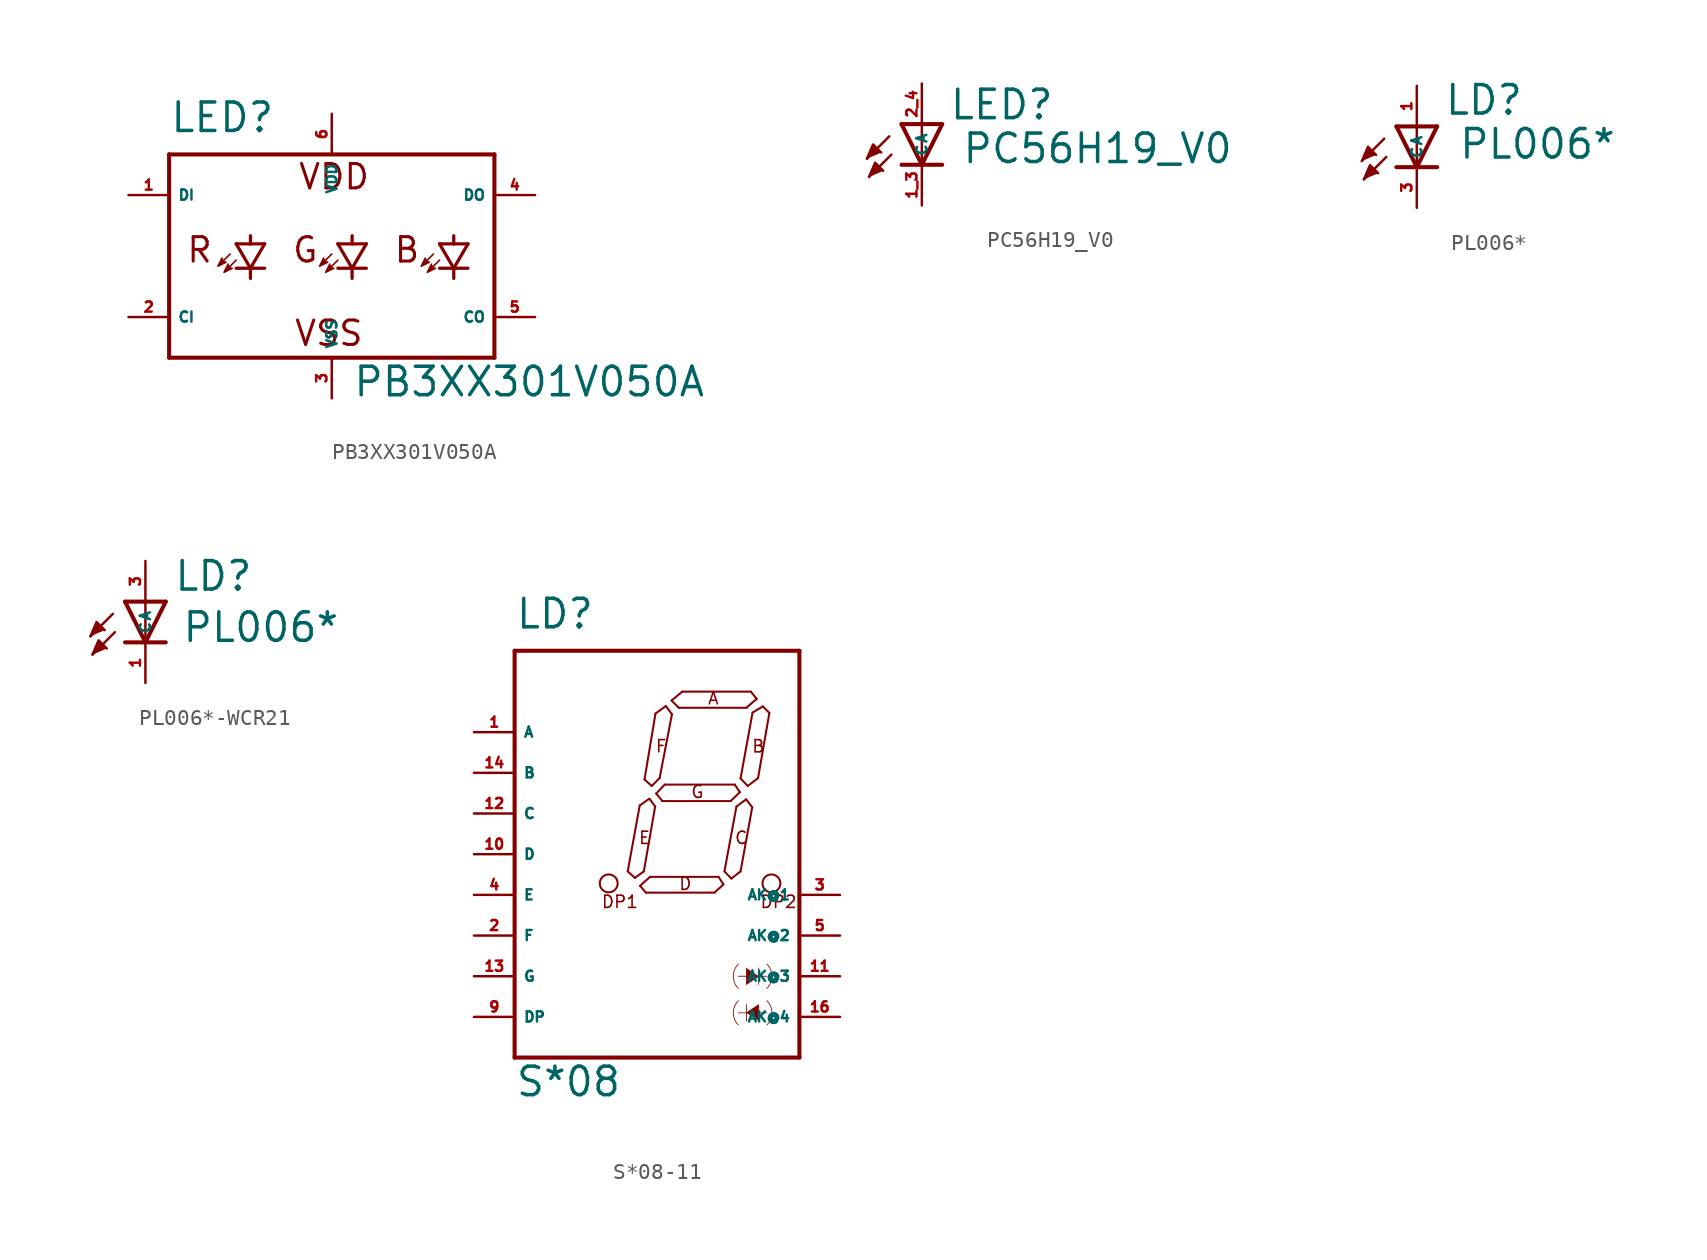
<source format=kicad_sym>
(kicad_symbol_lib
  (version 20220914)
  (generator kicad_symbol_editor)
  (symbol "PB3XX301V050A"
    (property "Reference" "LED"
      (at -10.16 6.35 0)
      (effects (font (size 1.778 1.778) (thickness 0.22)) (justify left bottom)))
    (property "Value" "PB3XX301V050A"
      (at 1.27 -10.16 0)
      (effects (font (size 1.778 1.778) (thickness 0.22)) (justify left bottom)))
    (symbol "PB3XX301V050A_1_1"
      (polyline (pts (xy -10.16 -7.62) (xy -10.16 5.08)) (stroke (width 0.254) (type default)) (fill (type none)))
      (polyline (pts (xy -10.16 5.08) (xy 10.16 5.08)) (stroke (width 0.254) (type default)) (fill (type none)))
      (polyline (pts (xy -6.35 -1.143) (xy -6.731 -1.524)) (stroke (width 0.102) (type default)) (fill (type none)))
      (polyline (pts (xy -5.969 -1.524) (xy -6.35 -1.905)) (stroke (width 0.102) (type default)) (fill (type none)))
      (polyline (pts (xy -5.08 -2.032) (xy -5.969 -2.032)) (stroke (width 0.203) (type default)) (fill (type none)))
      (polyline (pts (xy -5.08 -2.032) (xy -5.969 -0.508)) (stroke (width 0.203) (type default)) (fill (type none)))
      (polyline (pts (xy -5.08 -2.032) (xy -5.08 -2.667)) (stroke (width 0.203) (type default)) (fill (type none)))
      (polyline (pts (xy -5.08 -0.508) (xy -5.969 -0.508)) (stroke (width 0.203) (type default)) (fill (type none)))
      (polyline (pts (xy -5.08 0) (xy -5.08 -0.508)) (stroke (width 0.203) (type default)) (fill (type none)))
      (polyline (pts (xy -4.191 -2.032) (xy -5.08 -2.032)) (stroke (width 0.203) (type default)) (fill (type none)))
      (polyline (pts (xy -4.191 -0.508) (xy -5.08 -2.032)) (stroke (width 0.203) (type default)) (fill (type none)))
      (polyline (pts (xy -4.191 -0.508) (xy -5.08 -0.508)) (stroke (width 0.203) (type default)) (fill (type none)))
      (polyline (pts (xy 0 -1.143) (xy -0.381 -1.524)) (stroke (width 0.102) (type default)) (fill (type none)))
      (polyline (pts (xy 0.381 -1.524) (xy 0 -1.905)) (stroke (width 0.102) (type default)) (fill (type none)))
      (polyline (pts (xy 1.27 -2.032) (xy 0.381 -2.032)) (stroke (width 0.203) (type default)) (fill (type none)))
      (polyline (pts (xy 1.27 -2.032) (xy 0.381 -0.508)) (stroke (width 0.203) (type default)) (fill (type none)))
      (polyline (pts (xy 1.27 -2.032) (xy 1.27 -2.667)) (stroke (width 0.203) (type default)) (fill (type none)))
      (polyline (pts (xy 1.27 -0.508) (xy 0.381 -0.508)) (stroke (width 0.203) (type default)) (fill (type none)))
      (polyline (pts (xy 1.27 0) (xy 1.27 -0.508)) (stroke (width 0.203) (type default)) (fill (type none)))
      (polyline (pts (xy 2.159 -2.032) (xy 1.27 -2.032)) (stroke (width 0.203) (type default)) (fill (type none)))
      (polyline (pts (xy 2.159 -0.508) (xy 1.27 -2.032)) (stroke (width 0.203) (type default)) (fill (type none)))
      (polyline (pts (xy 2.159 -0.508) (xy 1.27 -0.508)) (stroke (width 0.203) (type default)) (fill (type none)))
      (polyline (pts (xy 6.35 -1.143) (xy 5.969 -1.524)) (stroke (width 0.102) (type default)) (fill (type none)))
      (polyline (pts (xy 6.731 -1.524) (xy 6.35 -1.905)) (stroke (width 0.102) (type default)) (fill (type none)))
      (polyline (pts (xy 7.62 -2.032) (xy 6.731 -2.032)) (stroke (width 0.203) (type default)) (fill (type none)))
      (polyline (pts (xy 7.62 -2.032) (xy 6.731 -0.508)) (stroke (width 0.203) (type default)) (fill (type none)))
      (polyline (pts (xy 7.62 -2.032) (xy 7.62 -2.667)) (stroke (width 0.203) (type default)) (fill (type none)))
      (polyline (pts (xy 7.62 -0.508) (xy 6.731 -0.508)) (stroke (width 0.203) (type default)) (fill (type none)))
      (polyline (pts (xy 7.62 0) (xy 7.62 -0.508)) (stroke (width 0.203) (type default)) (fill (type none)))
      (polyline (pts (xy 8.509 -2.032) (xy 7.62 -2.032)) (stroke (width 0.203) (type default)) (fill (type none)))
      (polyline (pts (xy 8.509 -0.508) (xy 7.62 -2.032)) (stroke (width 0.203) (type default)) (fill (type none)))
      (polyline (pts (xy 8.509 -0.508) (xy 7.62 -0.508)) (stroke (width 0.203) (type default)) (fill (type none)))
      (polyline (pts (xy 10.16 -7.62) (xy -10.16 -7.62)) (stroke (width 0.254) (type default)) (fill (type none)))
      (polyline (pts (xy 10.16 5.08) (xy 10.16 -7.62)) (stroke (width 0.254) (type default)) (fill (type none)))
      (polyline (pts (xy -6.858 -1.397) (xy -7.112 -1.905) (xy -6.604 -1.651)) (stroke (width 0.102) (type default)) (fill (type outline)))
      (polyline (pts (xy -6.477 -1.778) (xy -6.731 -2.286) (xy -6.223 -2.032)) (stroke (width 0.102) (type default)) (fill (type outline)))
      (polyline (pts (xy -0.508 -1.397) (xy -0.762 -1.905) (xy -0.254 -1.651)) (stroke (width 0.102) (type default)) (fill (type outline)))
      (polyline (pts (xy -0.127 -1.778) (xy -0.381 -2.286) (xy 0.127 -2.032)) (stroke (width 0.102) (type default)) (fill (type outline)))
      (polyline (pts (xy 5.842 -1.397) (xy 5.588 -1.905) (xy 6.096 -1.651)) (stroke (width 0.102) (type default)) (fill (type outline)))
      (polyline (pts (xy 6.223 -1.778) (xy 5.969 -2.286) (xy 6.477 -2.032)) (stroke (width 0.102) (type default)) (fill (type outline)))
      (text "B" (at 3.81 -1.778 0) (effects (font (size 1.524 1.524) (thickness 0.19)) (justify left bottom)))
      (text "G" (at -2.54 -1.778 0) (effects (font (size 1.524 1.524) (thickness 0.19)) (justify left bottom)))
      (text "R" (at -9.144 -1.778 0) (effects (font (size 1.524 1.524) (thickness 0.19)) (justify left bottom)))
      (text "VDD" (at -2.159 2.794 0) (effects (font (size 1.524 1.524) (thickness 0.19)) (justify left bottom)))
      (text "VSS" (at -2.413 -6.985 0) (effects (font (size 1.524 1.524) (thickness 0.19)) (justify left bottom)))
      (pin input line (at -12.7 2.54 0) (length 2.54) (name "DI" (effects (font (size 0.635 0.635)))) (number "1" (effects (font (size 0.635 0.635)))))
      (pin input line (at -12.7 -5.08 0) (length 2.54) (name "CI" (effects (font (size 0.635 0.635)))) (number "2" (effects (font (size 0.635 0.635)))))
      (pin unspecified line (at 0 -10.16 90) (length 2.54) (name "VSS" (effects (font (size 0.635 0.635)))) (number "3" (effects (font (size 0.635 0.635)))))
      (pin output line (at 12.7 2.54 180) (length 2.54) (name "DO" (effects (font (size 0.635 0.635)))) (number "4" (effects (font (size 0.635 0.635)))))
      (pin output line (at 12.7 -5.08 180) (length 2.54) (name "CO" (effects (font (size 0.635 0.635)))) (number "5" (effects (font (size 0.635 0.635)))))
      (pin unspecified line (at 0 7.62 270) (length 2.54) (name "VDD" (effects (font (size 0.635 0.635)))) (number "6" (effects (font (size 0.635 0.635)))))))
  (symbol "PC56H19_V0"
    (property "Reference" "LED"
      (at 1.676 0.178 0)
      (effects (font (size 1.778 1.778) (thickness 0.22)) (justify left bottom)))
    (property "Value" "PC56H19_V0"
      (at 2.464 -2.565 0)
      (effects (font (size 1.778 1.778) (thickness 0.22)) (justify left bottom)))
    (symbol "PC56H19_V0_1_1"
      (polyline (pts (xy -2.032 -0.762) (xy -3.429 -2.159)) (stroke (width 0.152) (type default)) (fill (type none)))
      (polyline (pts (xy -1.905 -1.905) (xy -3.302 -3.302)) (stroke (width 0.152) (type default)) (fill (type none)))
      (polyline (pts (xy 0 -2.54) (xy -1.27 -2.54)) (stroke (width 0.254) (type default)) (fill (type none)))
      (polyline (pts (xy 0 -2.54) (xy -1.27 0)) (stroke (width 0.254) (type default)) (fill (type none)))
      (polyline (pts (xy 0 0) (xy -1.27 0)) (stroke (width 0.254) (type default)) (fill (type none)))
      (polyline (pts (xy 0 0) (xy 0 -2.54)) (stroke (width 0.152) (type default)) (fill (type none)))
      (polyline (pts (xy 1.27 -2.54) (xy 0 -2.54)) (stroke (width 0.254) (type default)) (fill (type none)))
      (polyline (pts (xy 1.27 0) (xy 0 -2.54)) (stroke (width 0.254) (type default)) (fill (type none)))
      (polyline (pts (xy 1.27 0) (xy 0 0)) (stroke (width 0.254) (type default)) (fill (type none)))
      (polyline (pts (xy -3.429 -2.159) (xy -3.048 -1.27) (xy -2.54 -1.778)) (stroke (width 0.152) (type default)) (fill (type outline)))
      (polyline (pts (xy -3.302 -3.302) (xy -2.921 -2.413) (xy -2.413 -2.921)) (stroke (width 0.152) (type default)) (fill (type outline)))
      (pin passive line (at 0 -5.08 90) (length 2.54) (name "C" (effects (font (size 0.635 0.635)))) (number "1_3" (effects (font (size 0.635 0.635)))))
      (pin passive line (at 0 2.54 270) (length 2.54) (name "A" (effects (font (size 0.635 0.635)))) (number "2_4" (effects (font (size 0.635 0.635)))))))
  (symbol "PL006*"
    (property "Reference" "LD"
      (at 1.676 0.61 0)
      (effects (font (size 1.778 1.778) (thickness 0.22)) (justify left bottom)))
    (property "Value" "PL006*"
      (at 2.565 -2.134 0)
      (effects (font (size 1.778 1.778) (thickness 0.22)) (justify left bottom)))
    (symbol "PL006*_1_1"
      (polyline (pts (xy -2.032 -0.762) (xy -3.429 -2.159)) (stroke (width 0.152) (type default)) (fill (type none)))
      (polyline (pts (xy -1.905 -1.905) (xy -3.302 -3.302)) (stroke (width 0.152) (type default)) (fill (type none)))
      (polyline (pts (xy 0 -2.54) (xy -1.27 -2.54)) (stroke (width 0.254) (type default)) (fill (type none)))
      (polyline (pts (xy 0 -2.54) (xy -1.27 0)) (stroke (width 0.254) (type default)) (fill (type none)))
      (polyline (pts (xy 0 0) (xy -1.27 0)) (stroke (width 0.254) (type default)) (fill (type none)))
      (polyline (pts (xy 0 0) (xy 0 -2.54)) (stroke (width 0.152) (type default)) (fill (type none)))
      (polyline (pts (xy 1.27 -2.54) (xy 0 -2.54)) (stroke (width 0.254) (type default)) (fill (type none)))
      (polyline (pts (xy 1.27 0) (xy 0 -2.54)) (stroke (width 0.254) (type default)) (fill (type none)))
      (polyline (pts (xy 1.27 0) (xy 0 0)) (stroke (width 0.254) (type default)) (fill (type none)))
      (polyline (pts (xy -3.429 -2.159) (xy -3.048 -1.27) (xy -2.54 -1.778)) (stroke (width 0.152) (type default)) (fill (type outline)))
      (polyline (pts (xy -3.302 -3.302) (xy -2.921 -2.413) (xy -2.413 -2.921)) (stroke (width 0.152) (type default)) (fill (type outline)))
      (pin passive line (at 0 2.54 270) (length 2.54) (name "A" (effects (font (size 0.635 0.635)))) (number "1" (effects (font (size 0.635 0.635)))))
      (pin passive line (at 0 -5.08 90) (length 2.54) (name "C" (effects (font (size 0.635 0.635)))) (number "3" (effects (font (size 0.635 0.635)))))))
  (symbol "PL006*-WCR21"
    (property "Reference" "LD"
      (at 1.727 0.559 0)
      (effects (font (size 1.778 1.778) (thickness 0.22)) (justify left bottom)))
    (property "Value" "PL006*"
      (at 2.235 -2.642 0)
      (effects (font (size 1.778 1.778) (thickness 0.22)) (justify left bottom)))
    (symbol "PL006*-WCR21_1_1"
      (polyline (pts (xy -2.032 -0.762) (xy -3.429 -2.159)) (stroke (width 0.152) (type default)) (fill (type none)))
      (polyline (pts (xy -1.905 -1.905) (xy -3.302 -3.302)) (stroke (width 0.152) (type default)) (fill (type none)))
      (polyline (pts (xy 0 -2.54) (xy -1.27 -2.54)) (stroke (width 0.254) (type default)) (fill (type none)))
      (polyline (pts (xy 0 -2.54) (xy -1.27 0)) (stroke (width 0.254) (type default)) (fill (type none)))
      (polyline (pts (xy 0 0) (xy -1.27 0)) (stroke (width 0.254) (type default)) (fill (type none)))
      (polyline (pts (xy 0 0) (xy 0 -2.54)) (stroke (width 0.152) (type default)) (fill (type none)))
      (polyline (pts (xy 1.27 -2.54) (xy 0 -2.54)) (stroke (width 0.254) (type default)) (fill (type none)))
      (polyline (pts (xy 1.27 0) (xy 0 -2.54)) (stroke (width 0.254) (type default)) (fill (type none)))
      (polyline (pts (xy 1.27 0) (xy 0 0)) (stroke (width 0.254) (type default)) (fill (type none)))
      (polyline (pts (xy -3.429 -2.159) (xy -3.048 -1.27) (xy -2.54 -1.778)) (stroke (width 0.152) (type default)) (fill (type outline)))
      (polyline (pts (xy -3.302 -3.302) (xy -2.921 -2.413) (xy -2.413 -2.921)) (stroke (width 0.152) (type default)) (fill (type outline)))
      (pin passive line (at 0 -5.08 90) (length 2.54) (name "C" (effects (font (size 0.635 0.635)))) (number "1" (effects (font (size 0.635 0.635)))))
      (pin passive line (at 0 2.54 270) (length 2.54) (name "A" (effects (font (size 0.635 0.635)))) (number "3" (effects (font (size 0.635 0.635)))))))
  (symbol "S*08-11"
    (property "Reference" "LD"
      (at -10.16 16.51 0)
      (effects (font (size 1.778 1.778) (thickness 0.22)) (justify left bottom)))
    (property "Value" "S*08"
      (at -10.16 -12.7 0)
      (effects (font (size 1.778 1.778) (thickness 0.22)) (justify left bottom)))
    (symbol "S*08-11_1_1"
      (circle (center -4.285 0.717) (radius 0.558) (stroke (width 0.127) (type default)) (fill (type none)))
      (polyline (pts (xy -10.16 -10.16) (xy -10.16 15.24)) (stroke (width 0.254) (type default)) (fill (type none)))
      (polyline (pts (xy -10.16 15.24) (xy 7.62 15.24)) (stroke (width 0.254) (type default)) (fill (type none)))
      (polyline (pts (xy -3.099 1.467) (xy -2.349 5.579)) (stroke (width 0.127) (type default)) (fill (type none)))
      (polyline (pts (xy -2.649 1.06) (xy -3.099 1.467)) (stroke (width 0.127) (type default)) (fill (type none)))
      (polyline (pts (xy -2.349 5.579) (xy -1.75 6.007)) (stroke (width 0.127) (type default)) (fill (type none)))
      (polyline (pts (xy -2.328 0.567) (xy -1.707 1.124)) (stroke (width 0.127) (type default)) (fill (type none)))
      (polyline (pts (xy -2.092 1.467) (xy -2.649 1.06)) (stroke (width 0.127) (type default)) (fill (type none)))
      (polyline (pts (xy -2.05 7.207) (xy -1.364 11.319)) (stroke (width 0.127) (type default)) (fill (type none)))
      (polyline (pts (xy -1.964 0.139) (xy -2.328 0.567)) (stroke (width 0.127) (type default)) (fill (type none)))
      (polyline (pts (xy -1.728 5.986) (xy -1.386 5.515)) (stroke (width 0.127) (type default)) (fill (type none)))
      (polyline (pts (xy -1.707 1.124) (xy 2.528 1.124)) (stroke (width 0.127) (type default)) (fill (type none)))
      (polyline (pts (xy -1.6 6.8) (xy -2.05 7.207)) (stroke (width 0.127) (type default)) (fill (type none)))
      (polyline (pts (xy -1.386 5.515) (xy -2.092 1.467)) (stroke (width 0.127) (type default)) (fill (type none)))
      (polyline (pts (xy -1.364 11.319) (xy -0.722 11.79)) (stroke (width 0.127) (type default)) (fill (type none)))
      (polyline (pts (xy -1.321 6.329) (xy -0.786 6.885)) (stroke (width 0.127) (type default)) (fill (type none)))
      (polyline (pts (xy -1.107 7.292) (xy -1.6 6.8)) (stroke (width 0.127) (type default)) (fill (type none)))
      (polyline (pts (xy -0.936 5.857) (xy -1.321 6.329)) (stroke (width 0.127) (type default)) (fill (type none)))
      (polyline (pts (xy -0.786 6.885) (xy 3.583 6.885)) (stroke (width 0.127) (type default)) (fill (type none)))
      (polyline (pts (xy -0.722 11.79) (xy -0.336 11.276)) (stroke (width 0.127) (type default)) (fill (type none)))
      (polyline (pts (xy -0.358 12.133) (xy 0.306 12.689)) (stroke (width 0.127) (type default)) (fill (type none)))
      (polyline (pts (xy -0.336 11.276) (xy -1.107 7.292)) (stroke (width 0.127) (type default)) (fill (type none)))
      (polyline (pts (xy 0.092 11.683) (xy -0.358 12.133)) (stroke (width 0.127) (type default)) (fill (type none)))
      (polyline (pts (xy 0.306 12.689) (xy 4.59 12.689)) (stroke (width 0.127) (type default)) (fill (type none)))
      (polyline (pts (xy 2.319 0.139) (xy -1.964 0.139)) (stroke (width 0.127) (type default)) (fill (type none)))
      (polyline (pts (xy 2.576 1.124) (xy 2.876 0.653)) (stroke (width 0.127) (type default)) (fill (type none)))
      (polyline (pts (xy 2.876 0.653) (xy 2.319 0.139)) (stroke (width 0.127) (type default)) (fill (type none)))
      (polyline (pts (xy 2.941 1.467) (xy 3.69 5.515)) (stroke (width 0.127) (type default)) (fill (type none)))
      (polyline (pts (xy 3.32 5.857) (xy -0.936 5.857)) (stroke (width 0.127) (type default)) (fill (type none)))
      (polyline (pts (xy 3.326 5.857) (xy 3.32 5.857)) (stroke (width 0.127) (type default)) (fill (type none)))
      (polyline (pts (xy 3.369 1.017) (xy 2.941 1.467)) (stroke (width 0.127) (type default)) (fill (type none)))
      (polyline (pts (xy 3.583 6.885) (xy 3.904 6.414)) (stroke (width 0.127) (type default)) (fill (type none)))
      (polyline (pts (xy 3.69 5.515) (xy 4.29 5.965)) (stroke (width 0.127) (type default)) (fill (type none)))
      (polyline (pts (xy 3.81 -5.08) (xy 5.588 -5.08)) (stroke (width 0.051) (type default)) (fill (type none)))
      (polyline (pts (xy 3.904 6.414) (xy 3.326 5.857)) (stroke (width 0.127) (type default)) (fill (type none)))
      (polyline (pts (xy 3.947 1.467) (xy 3.369 1.017)) (stroke (width 0.127) (type default)) (fill (type none)))
      (polyline (pts (xy 3.947 7.271) (xy 4.697 11.383)) (stroke (width 0.127) (type default)) (fill (type none)))
      (polyline (pts (xy 4.29 5.965) (xy 4.675 5.472)) (stroke (width 0.127) (type default)) (fill (type none)))
      (polyline (pts (xy 4.318 -7.874) (xy 4.318 -6.858)) (stroke (width 0.051) (type default)) (fill (type none)))
      (polyline (pts (xy 4.348 11.683) (xy 0.092 11.683)) (stroke (width 0.127) (type default)) (fill (type none)))
      (polyline (pts (xy 4.397 6.8) (xy 3.947 7.271)) (stroke (width 0.127) (type default)) (fill (type none)))
      (polyline (pts (xy 4.59 12.689) (xy 4.954 12.24)) (stroke (width 0.127) (type default)) (fill (type none)))
      (polyline (pts (xy 4.675 5.472) (xy 3.947 1.467)) (stroke (width 0.127) (type default)) (fill (type none)))
      (polyline (pts (xy 4.697 11.383) (xy 5.339 11.768)) (stroke (width 0.127) (type default)) (fill (type none)))
      (polyline (pts (xy 4.954 12.24) (xy 4.333 11.704)) (stroke (width 0.127) (type default)) (fill (type none)))
      (polyline (pts (xy 5.039 7.292) (xy 4.397 6.8)) (stroke (width 0.127) (type default)) (fill (type none)))
      (polyline (pts (xy 5.08 -4.572) (xy 5.08 -5.588)) (stroke (width 0.051) (type default)) (fill (type none)))
      (polyline (pts (xy 5.339 11.768) (xy 5.746 11.362)) (stroke (width 0.127) (type default)) (fill (type none)))
      (polyline (pts (xy 5.588 -7.366) (xy 3.81 -7.366)) (stroke (width 0.051) (type default)) (fill (type none)))
      (polyline (pts (xy 5.746 11.362) (xy 5.039 7.292)) (stroke (width 0.127) (type default)) (fill (type none)))
      (polyline (pts (xy 7.62 -10.16) (xy -10.16 -10.16)) (stroke (width 0.254) (type default)) (fill (type none)))
      (polyline (pts (xy 7.62 15.24) (xy 7.62 -10.16)) (stroke (width 0.254) (type default)) (fill (type none)))
      (polyline (pts (xy 4.318 -4.572) (xy 4.318 -5.588) (xy 5.08 -5.08)) (stroke (width 0.051) (type default)) (fill (type outline)))
      (polyline (pts (xy 5.08 -7.874) (xy 5.08 -6.858) (xy 4.318 -7.366)) (stroke (width 0.051) (type default)) (fill (type outline)))
      (arc (start 3.81 -6.604) (mid 3.494 -7.366) (end 3.81 -8.128) (stroke (width 0.0508) (type default)) (fill (type none)))
      (arc (start 3.81 -4.318) (mid 3.494 -5.08) (end 3.81 -5.842) (stroke (width 0.0508) (type default)) (fill (type none)))
      (arc (start 5.588 -8.128) (mid 5.904 -7.366) (end 5.588 -6.604) (stroke (width 0.0508) (type default)) (fill (type none)))
      (arc (start 5.588 -5.842) (mid 5.904 -5.08) (end 5.588 -4.318) (stroke (width 0.0508) (type default)) (fill (type none)))
      (circle (center 5.875 0.717) (radius 0.558) (stroke (width 0.127) (type default)) (fill (type none)))
      (text "A" (at 1.855 11.833 0) (effects (font (size 0.762 0.762) (thickness 0.1)) (justify left bottom)))
      (text "B" (at 4.611 8.834 0) (effects (font (size 0.762 0.762) (thickness 0.1)) (justify left bottom)))
      (text "C" (at 3.54 3.116 0) (effects (font (size 0.762 0.762) (thickness 0.1)) (justify left bottom)))
      (text "D" (at 0.053 0.246 0) (effects (font (size 0.762 0.762) (thickness 0.1)) (justify left bottom)))
      (text "DP1" (at -4.778 -0.88 0) (effects (font (size 0.762 0.762) (thickness 0.1)) (justify left bottom)))
      (text "DP2" (at 5.128 -0.88 0) (effects (font (size 0.762 0.762) (thickness 0.1)) (justify left bottom)))
      (text "E" (at -2.457 3.116 0) (effects (font (size 0.762 0.762) (thickness 0.1)) (justify left bottom)))
      (text "F" (at -1.407 8.834 0) (effects (font (size 0.762 0.762) (thickness 0.1)) (justify left bottom)))
      (text "G" (at 0.805 5.986 0) (effects (font (size 0.762 0.762) (thickness 0.1)) (justify left bottom)))
      (pin passive line (at -12.7 10.16 0) (length 2.54) (name "A" (effects (font (size 0.635 0.635)))) (number "1" (effects (font (size 0.635 0.635)))))
      (pin passive line (at -12.7 2.54 0) (length 2.54) (name "D" (effects (font (size 0.635 0.635)))) (number "10" (effects (font (size 0.635 0.635)))))
      (pin passive line (at 10.16 -5.08 180) (length 2.54) (name "AK@3" (effects (font (size 0.635 0.635)))) (number "11" (effects (font (size 0.635 0.635)))))
      (pin passive line (at -12.7 5.08 0) (length 2.54) (name "C" (effects (font (size 0.635 0.635)))) (number "12" (effects (font (size 0.635 0.635)))))
      (pin passive line (at -12.7 -5.08 0) (length 2.54) (name "G" (effects (font (size 0.635 0.635)))) (number "13" (effects (font (size 0.635 0.635)))))
      (pin passive line (at -12.7 7.62 0) (length 2.54) (name "B" (effects (font (size 0.635 0.635)))) (number "14" (effects (font (size 0.635 0.635)))))
      (pin passive line (at 10.16 -7.62 180) (length 2.54) (name "AK@4" (effects (font (size 0.635 0.635)))) (number "16" (effects (font (size 0.635 0.635)))))
      (pin passive line (at -12.7 -2.54 0) (length 2.54) (name "F" (effects (font (size 0.635 0.635)))) (number "2" (effects (font (size 0.635 0.635)))))
      (pin passive line (at 10.16 0 180) (length 2.54) (name "AK@1" (effects (font (size 0.635 0.635)))) (number "3" (effects (font (size 0.635 0.635)))))
      (pin passive line (at -12.7 0 0) (length 2.54) (name "E" (effects (font (size 0.635 0.635)))) (number "4" (effects (font (size 0.635 0.635)))))
      (pin passive line (at 10.16 -2.54 180) (length 2.54) (name "AK@2" (effects (font (size 0.635 0.635)))) (number "5" (effects (font (size 0.635 0.635)))))
      (pin passive line (at -12.7 -7.62 0) (length 2.54) (name "DP" (effects (font (size 0.635 0.635)))) (number "9" (effects (font (size 0.635 0.635))))))))
</source>
